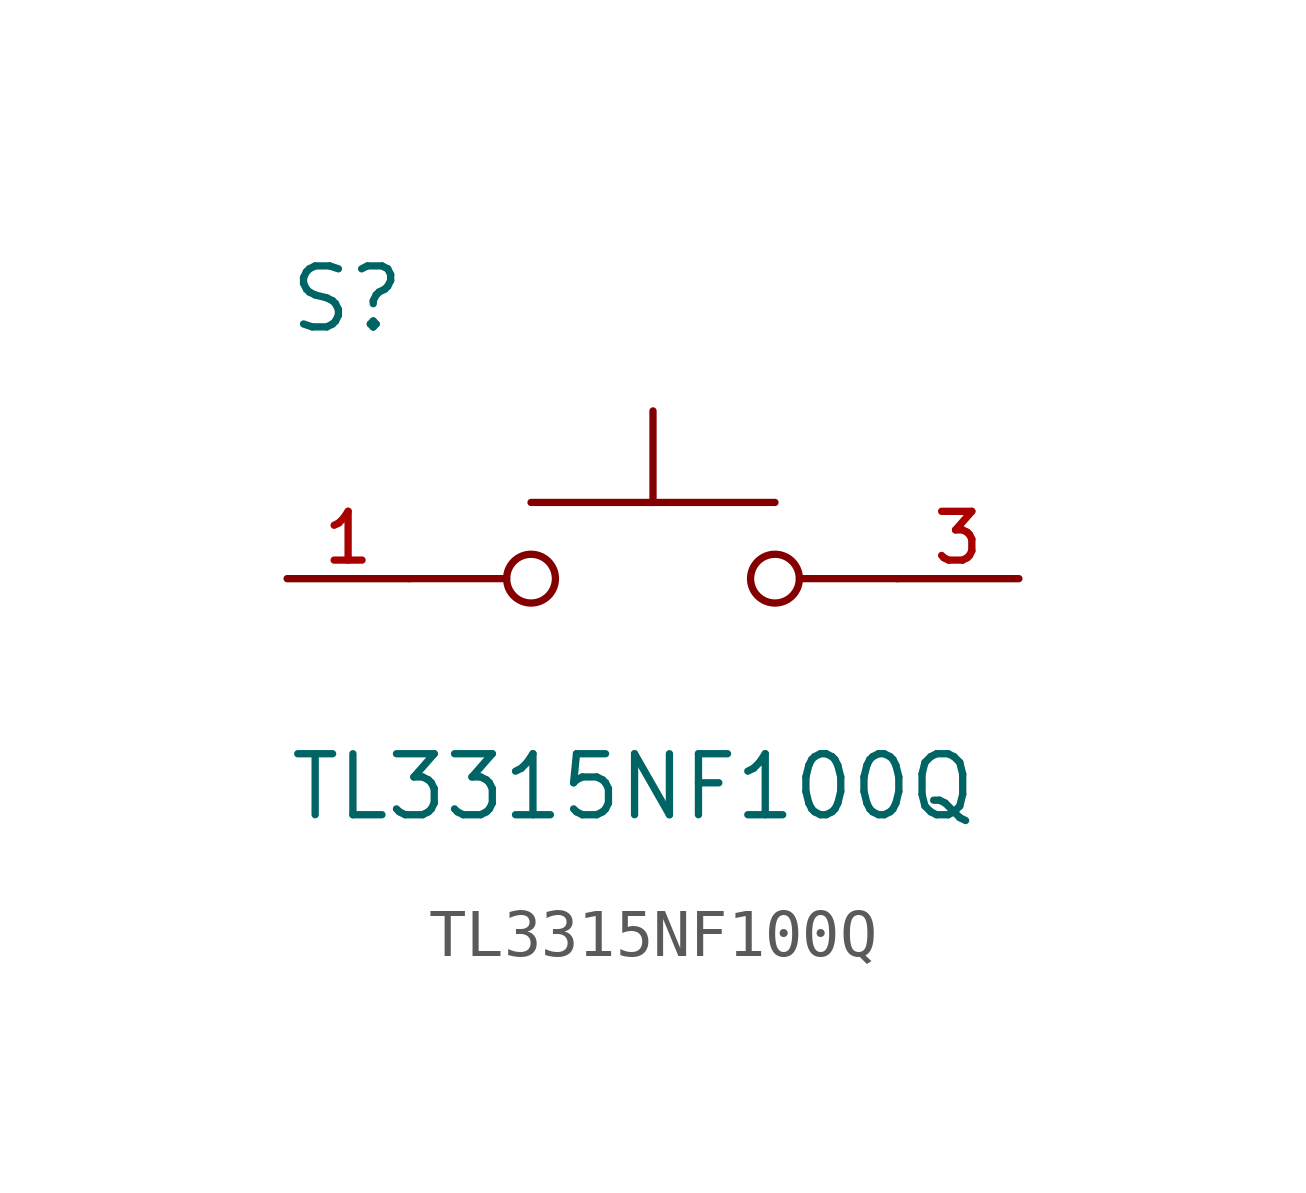
<source format=kicad_sym>
(kicad_symbol_lib
  (version 20211014)
  (generator kicad_symbol_editor)
  (symbol "TL3315NF100Q"
    (pin_names
      (offset 1.016))
    (property "Reference" "S"
      (at -7.62 5.08 0)
      (effects (font (size 1.27 1.27)) (justify bottom left)))
    (property "Value" "TL3315NF100Q"
      (at -7.62 -5.08 0)
      (effects (font (size 1.27 1.27)) (justify bottom left)))
    (symbol "TL3315NF100Q_0_0"
      (circle (center 2.54 0.0) (radius 0.508) (stroke (width 0.152)) (fill (type none)))
      (polyline (pts (xy 5.08 0.0) (xy 3.048 0.0)) (stroke (width 0.152)))
      (polyline (pts (xy -5.08 0.0) (xy -3.048 0.0)) (stroke (width 0.152)))
      (circle (center -2.54 0.0) (radius 0.508) (stroke (width 0.152)) (fill (type none)))
      (polyline (pts (xy -2.54 1.587) (xy 0.0 1.587)) (stroke (width 0.152)))
      (polyline (pts (xy 0.0 1.587) (xy 2.54 1.587)) (stroke (width 0.152)))
      (polyline (pts (xy 0.0 1.587) (xy 0.0 3.493)) (stroke (width 0.152)))
      (pin passive line (at -7.62 0.0 0) (length 2.54) (name "~" (effects (font (size 1.016 1.016)))) (number "1" (effects (font (size 1.016 1.016)))))
      (pin passive line (at 7.62 0.0 180.0) (length 2.54) (name "~" (effects (font (size 1.016 1.016)))) (number "3" (effects (font (size 1.016 1.016))))))))
</source>
